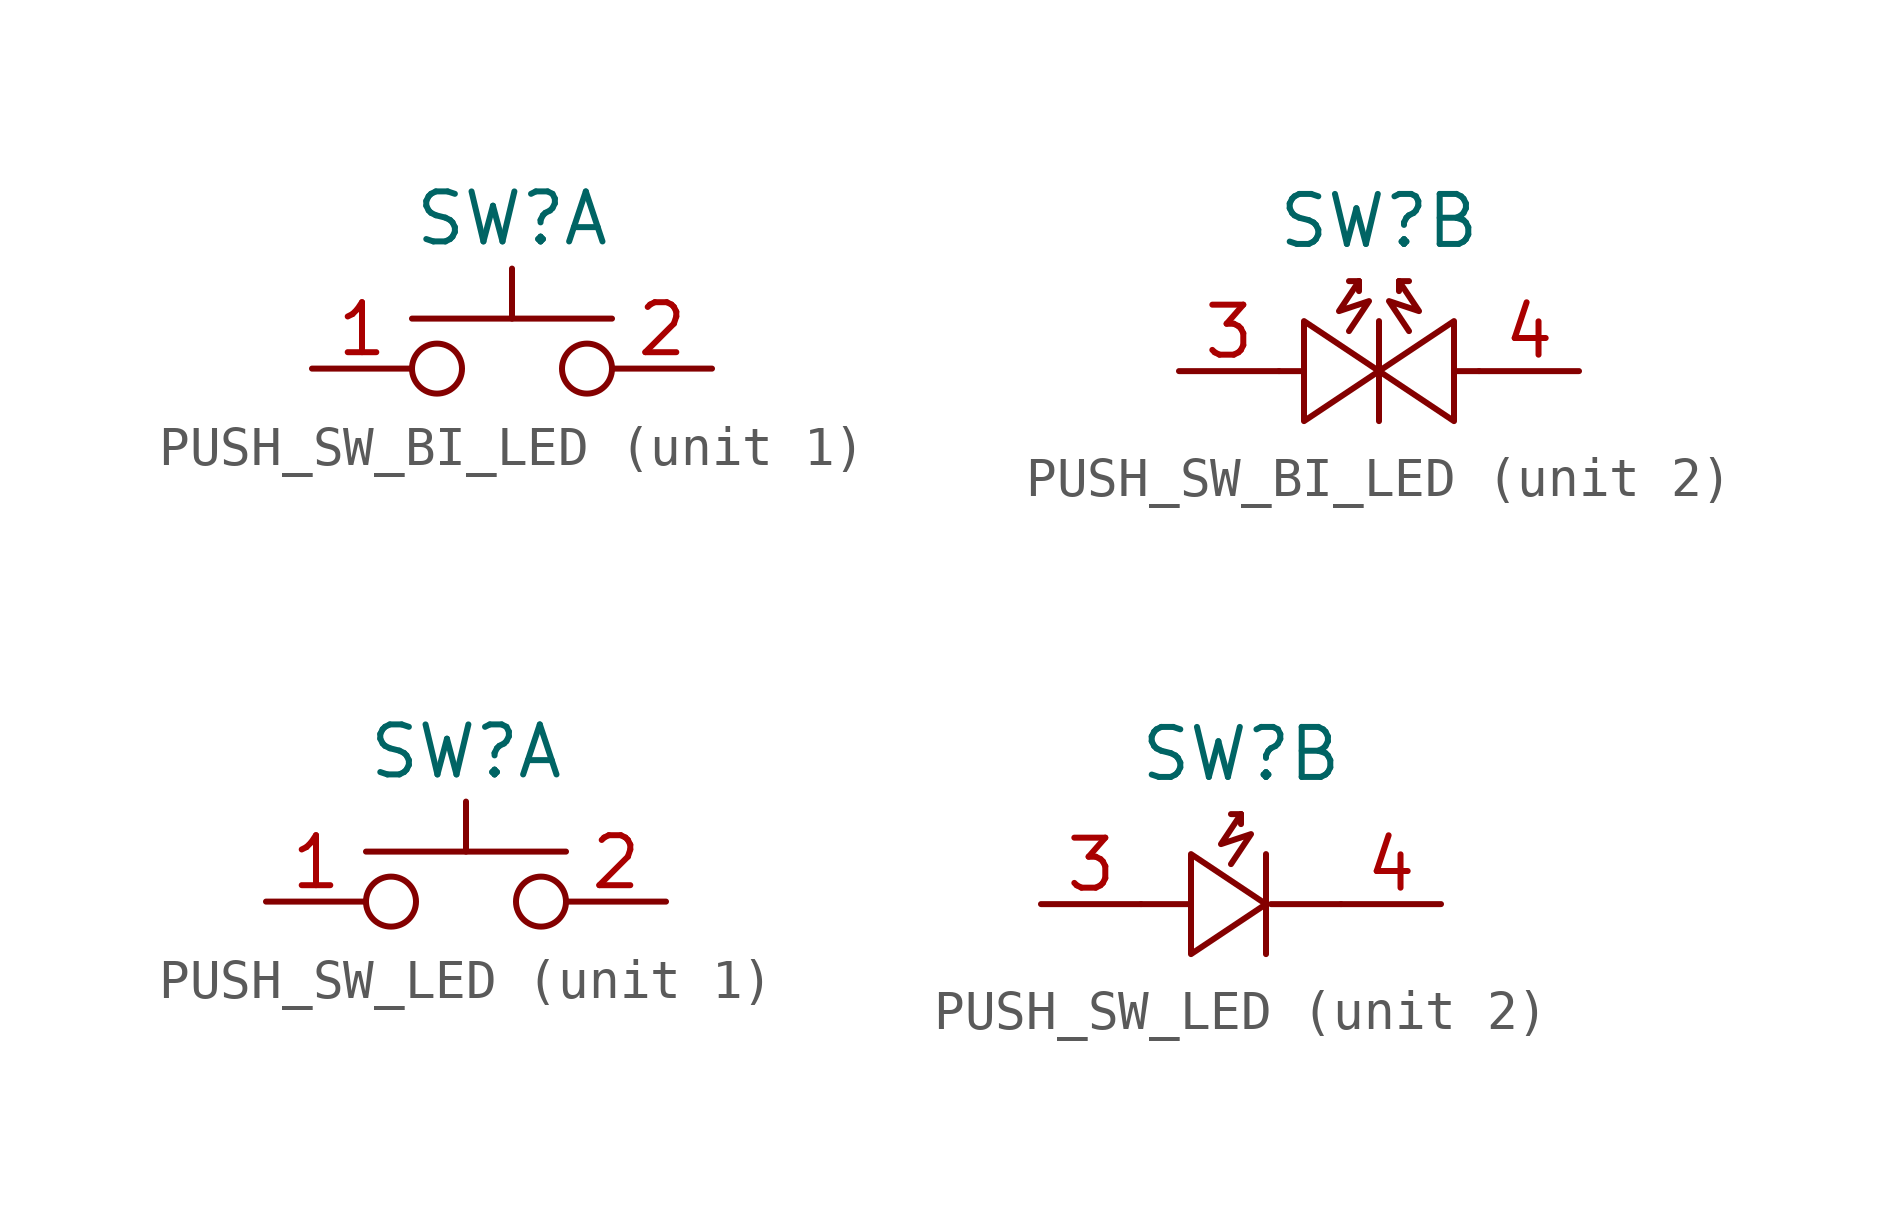
<source format=kicad_sym>
(kicad_symbol_lib
  (version 20231120)
  (generator "kicad_symbol_editor")
  (generator_version "8.0")
  (symbol "PUSH_SW_BI_LED"
    (property "Reference" "SW"
      (at 0 3.81 0)
      (effects (font (size 1.27 1.27))))
    (property "Value" ""
      (at 0.635 0 0)
      (effects (font (size 1.27 1.27))))
    (property "ki_locked" ""
      (at 0 0 0)
      (effects (font (size 1.27 1.27))))
    (symbol "PUSH_SW_BI_LED_1_1"
      (circle (center -1.905 0) (radius 0.635) (stroke (width 0) (type default)) (fill (type none)))
      (polyline (pts (xy -2.54 1.27) (xy 2.54 1.27)) (stroke (width 0) (type default)) (fill (type none)))
      (polyline (pts (xy 0 1.27) (xy 0 2.54)) (stroke (width 0) (type default)) (fill (type none)))
      (circle (center 1.905 0) (radius 0.635) (stroke (width 0) (type default)) (fill (type none)))
      (pin passive line (at -5.08 0 0) (length 2.54) (name "" (effects (font (size 1.27 1.27)))) (number "1" (effects (font (size 1.27 1.27)))))
      (pin passive line (at 5.08 0 180) (length 2.54) (name "" (effects (font (size 1.27 1.27)))) (number "2" (effects (font (size 1.27 1.27))))))
    (symbol "PUSH_SW_BI_LED_2_1"
      (polyline (pts (xy -2.54 0) (xy -1.905 0)) (stroke (width 0) (type default)) (fill (type none)))
      (polyline (pts (xy -0.508 2.286) (xy -0.762 2.286)) (stroke (width 0) (type default)) (fill (type none)))
      (polyline (pts (xy -0.508 2.286) (xy -0.508 2.032)) (stroke (width 0) (type default)) (fill (type none)))
      (polyline (pts (xy 0 1.27) (xy 0 -1.27)) (stroke (width 0) (type default)) (fill (type none)))
      (polyline (pts (xy 0.508 2.286) (xy 0.508 2.032)) (stroke (width 0) (type default)) (fill (type none)))
      (polyline (pts (xy 0.508 2.286) (xy 0.762 2.286)) (stroke (width 0) (type default)) (fill (type none)))
      (polyline (pts (xy 1.905 0) (xy 2.54 0)) (stroke (width 0) (type default)) (fill (type none)))
      (polyline (pts (xy -0.762 1.016) (xy -0.254 1.778) (xy -1.016 1.524) (xy -0.508 2.286)) (stroke (width 0) (type default)) (fill (type none)))
      (polyline (pts (xy 0 0) (xy -1.905 -1.27) (xy -1.905 1.27) (xy 0 0)) (stroke (width 0) (type default)) (fill (type none)))
      (polyline (pts (xy 0 0) (xy 1.905 -1.27) (xy 1.905 1.27) (xy 0 0)) (stroke (width 0) (type default)) (fill (type none)))
      (polyline (pts (xy 0.762 1.016) (xy 0.254 1.778) (xy 1.016 1.524) (xy 0.508 2.286)) (stroke (width 0) (type default)) (fill (type none)))
      (pin passive line (at -5.08 0 0) (length 2.54) (name "" (effects (font (size 1.27 1.27)))) (number "3" (effects (font (size 1.27 1.27)))))
      (pin passive line (at 5.08 0 180) (length 2.54) (name "" (effects (font (size 1.27 1.27)))) (number "4" (effects (font (size 1.27 1.27)))))))
  (symbol "PUSH_SW_LED"
    (property "Reference" "SW"
      (at 0 3.81 0)
      (effects (font (size 1.27 1.27))))
    (property "Value" ""
      (at 0.635 0 0)
      (effects (font (size 1.27 1.27))))
    (property "ki_locked" ""
      (at 0 0 0)
      (effects (font (size 1.27 1.27))))
    (symbol "PUSH_SW_LED_1_1"
      (circle (center -1.905 0) (radius 0.635) (stroke (width 0) (type default)) (fill (type none)))
      (polyline (pts (xy -2.54 1.27) (xy 2.54 1.27)) (stroke (width 0) (type default)) (fill (type none)))
      (polyline (pts (xy 0 1.27) (xy 0 2.54)) (stroke (width 0) (type default)) (fill (type none)))
      (circle (center 1.905 0) (radius 0.635) (stroke (width 0) (type default)) (fill (type none)))
      (pin passive line (at -5.08 0 0) (length 2.54) (name "" (effects (font (size 1.27 1.27)))) (number "1" (effects (font (size 1.27 1.27)))))
      (pin passive line (at 5.08 0 180) (length 2.54) (name "" (effects (font (size 1.27 1.27)))) (number "2" (effects (font (size 1.27 1.27))))))
    (symbol "PUSH_SW_LED_2_1"
      (polyline (pts (xy -1.27 0) (xy -2.54 0)) (stroke (width 0) (type default)) (fill (type none)))
      (polyline (pts (xy 0 2.286) (xy -0.254 2.286)) (stroke (width 0) (type default)) (fill (type none)))
      (polyline (pts (xy 0 2.286) (xy 0 2.032)) (stroke (width 0) (type default)) (fill (type none)))
      (polyline (pts (xy 0.635 1.27) (xy 0.635 -1.27)) (stroke (width 0) (type default)) (fill (type none)))
      (polyline (pts (xy 2.54 0) (xy 0.762 0)) (stroke (width 0) (type default)) (fill (type none)))
      (polyline (pts (xy -0.254 1.016) (xy 0.254 1.778) (xy -0.508 1.524) (xy 0 2.286)) (stroke (width 0) (type default)) (fill (type none)))
      (polyline (pts (xy 0.635 0) (xy -1.27 -1.27) (xy -1.27 1.27) (xy 0.635 0)) (stroke (width 0) (type default)) (fill (type none)))
      (pin passive line (at -5.08 0 0) (length 2.54) (name "" (effects (font (size 1.27 1.27)))) (number "3" (effects (font (size 1.27 1.27)))))
      (pin passive line (at 5.08 0 180) (length 2.54) (name "" (effects (font (size 1.27 1.27)))) (number "4" (effects (font (size 1.27 1.27))))))))
</source>
